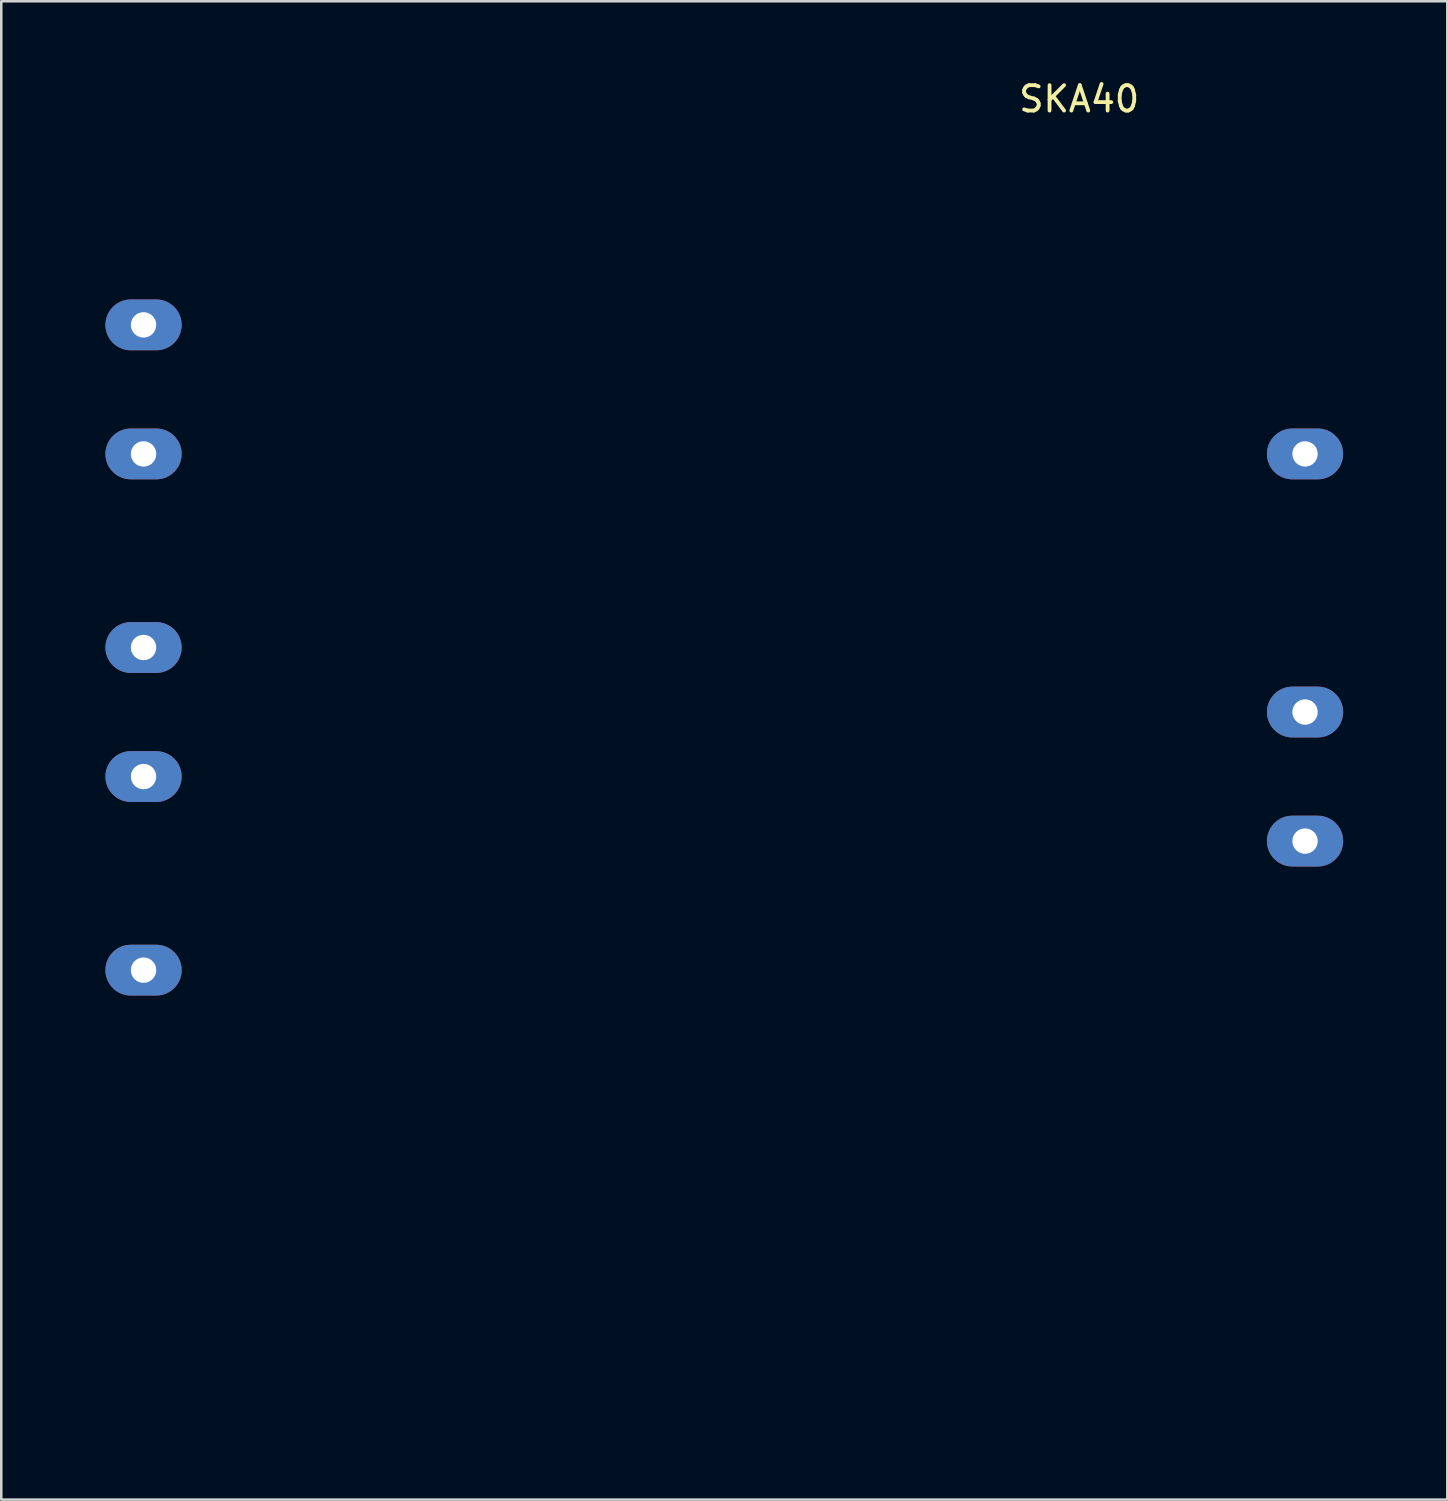
<source format=kicad_pcb>
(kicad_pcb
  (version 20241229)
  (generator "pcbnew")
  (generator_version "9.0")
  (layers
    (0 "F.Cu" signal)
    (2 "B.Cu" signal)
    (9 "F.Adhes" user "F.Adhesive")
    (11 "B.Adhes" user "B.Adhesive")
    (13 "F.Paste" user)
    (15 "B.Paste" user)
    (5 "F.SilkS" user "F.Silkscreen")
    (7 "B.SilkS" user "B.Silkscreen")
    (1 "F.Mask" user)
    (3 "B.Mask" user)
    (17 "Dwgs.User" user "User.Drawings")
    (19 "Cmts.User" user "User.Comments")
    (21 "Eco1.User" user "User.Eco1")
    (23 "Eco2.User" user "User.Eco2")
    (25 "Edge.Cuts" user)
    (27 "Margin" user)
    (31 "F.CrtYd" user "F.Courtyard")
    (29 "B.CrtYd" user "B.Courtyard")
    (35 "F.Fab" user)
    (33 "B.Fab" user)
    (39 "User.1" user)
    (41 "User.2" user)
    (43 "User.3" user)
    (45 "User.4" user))
  (footprint "SKA40"
    (layer "F.Cu")
    (at 39.43 2.118)
    (property "Reference" "SKA40" (at 0 -1.27 0) (layer "F.SilkS") (effects (font (size 1 1) (thickness 0.15))))
    (attr through_hole)
    (fp_line (start -39.37 0) (end 11.43 0) (stroke (width 0.12) (type solid)) (layer "Eco2.User"))
    (fp_line (start -39.37 50.8) (end -39.37 0) (stroke (width 0.12) (type solid)) (layer "Eco2.User"))
    (fp_line (start 11.43 0) (end 11.43 50.8) (stroke (width 0.12) (type solid)) (layer "Eco2.User"))
    (fp_line (start 11.43 50.8) (end -39.37 50.8) (stroke (width 0.12) (type solid)) (layer "Eco2.User"))
    (pad "1" thru_hole oval (at 8.89 12.7) (size 3 2) (drill oval 1) (layers "*.Cu" "*.Mask"))
    (pad "2" thru_hole oval (at 8.89 22.86) (size 3 2) (drill oval 1) (layers "*.Cu" "*.Mask"))
    (pad "3" thru_hole oval (at 8.89 27.94) (size 3 2) (drill oval 1) (layers "*.Cu" "*.Mask"))
    (pad "4" thru_hole oval (at -36.83 33.02) (size 3 2) (drill oval 1) (layers "*.Cu" "*.Mask"))
    (pad "5" thru_hole oval (at -36.83 25.4) (size 3 2) (drill oval 1) (layers "*.Cu" "*.Mask"))
    (pad "6" thru_hole oval (at -36.83 20.32) (size 3 2) (drill oval 1) (layers "*.Cu" "*.Mask"))
    (pad "7" thru_hole oval (at -36.83 12.7) (size 3 2) (drill oval 1) (layers "*.Cu" "*.Mask"))
    (pad "8" thru_hole oval (at -36.83 7.62) (size 3 2) (drill oval 1) (layers "*.Cu" "*.Mask")))
  (gr_rect
    (start -3 -3)
    (end 53.92 55.978)
    (stroke (width 0.1) (type default))
    (fill no)
    (layer "Edge.Cuts")))
</source>
